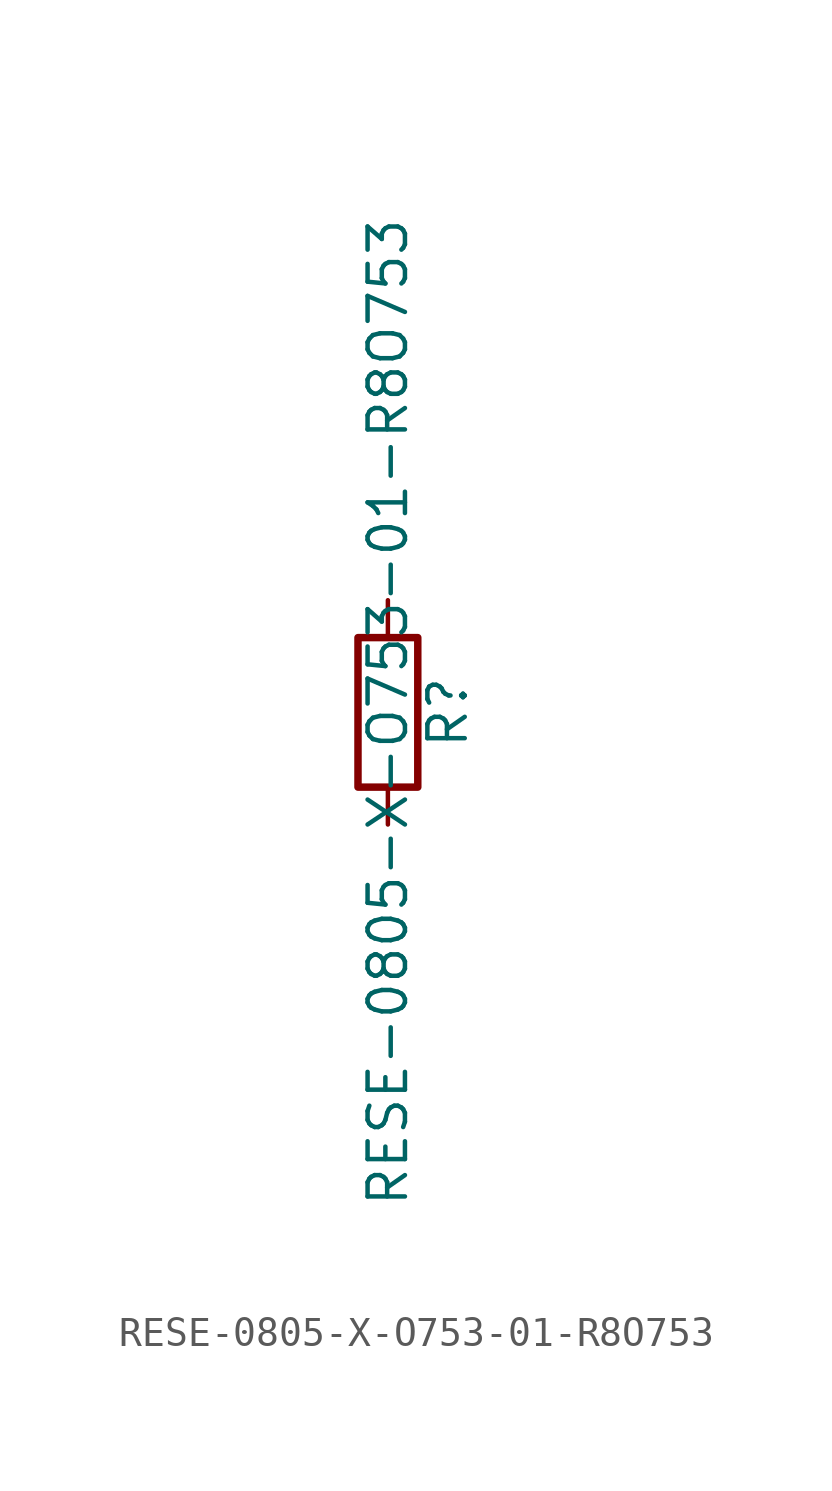
<source format=kicad_sym>
(kicad_symbol_lib
  (version 20211014)
  (generator kicad_symbol_editor)
  (symbol "RESE-0805-X-O753-01-R8O753"
    (pin_numbers hide)
    (pin_names
      (offset 0))
    (property "Reference" "R"
      (at 2.032 0 90)
      (effects (font (size 1.27 1.27))))
    (property "Value" "RESE-0805-X-O753-01-R8O753"
      (at 0 0 90)
      (effects (font (size 1.27 1.27))))
    (symbol "RESE-0805-X-O753-01-R8O753_0_1"
      (rectangle (start -1.016 -2.54) (end 1.016 2.54) (stroke (width 0.254) (type default) (color 0 0 0 0)) (fill (type none))))
    (symbol "RESE-0805-X-O753-01-R8O753_1_1"
      (pin passive line (at 0 3.81 270) (length 1.27) (name "~" (effects (font (size 1.27 1.27)))) (number "1" (effects (font (size 1.27 1.27)))))
      (pin passive line (at 0 -3.81 90) (length 1.27) (name "~" (effects (font (size 1.27 1.27)))) (number "2" (effects (font (size 1.27 1.27))))))))
</source>
